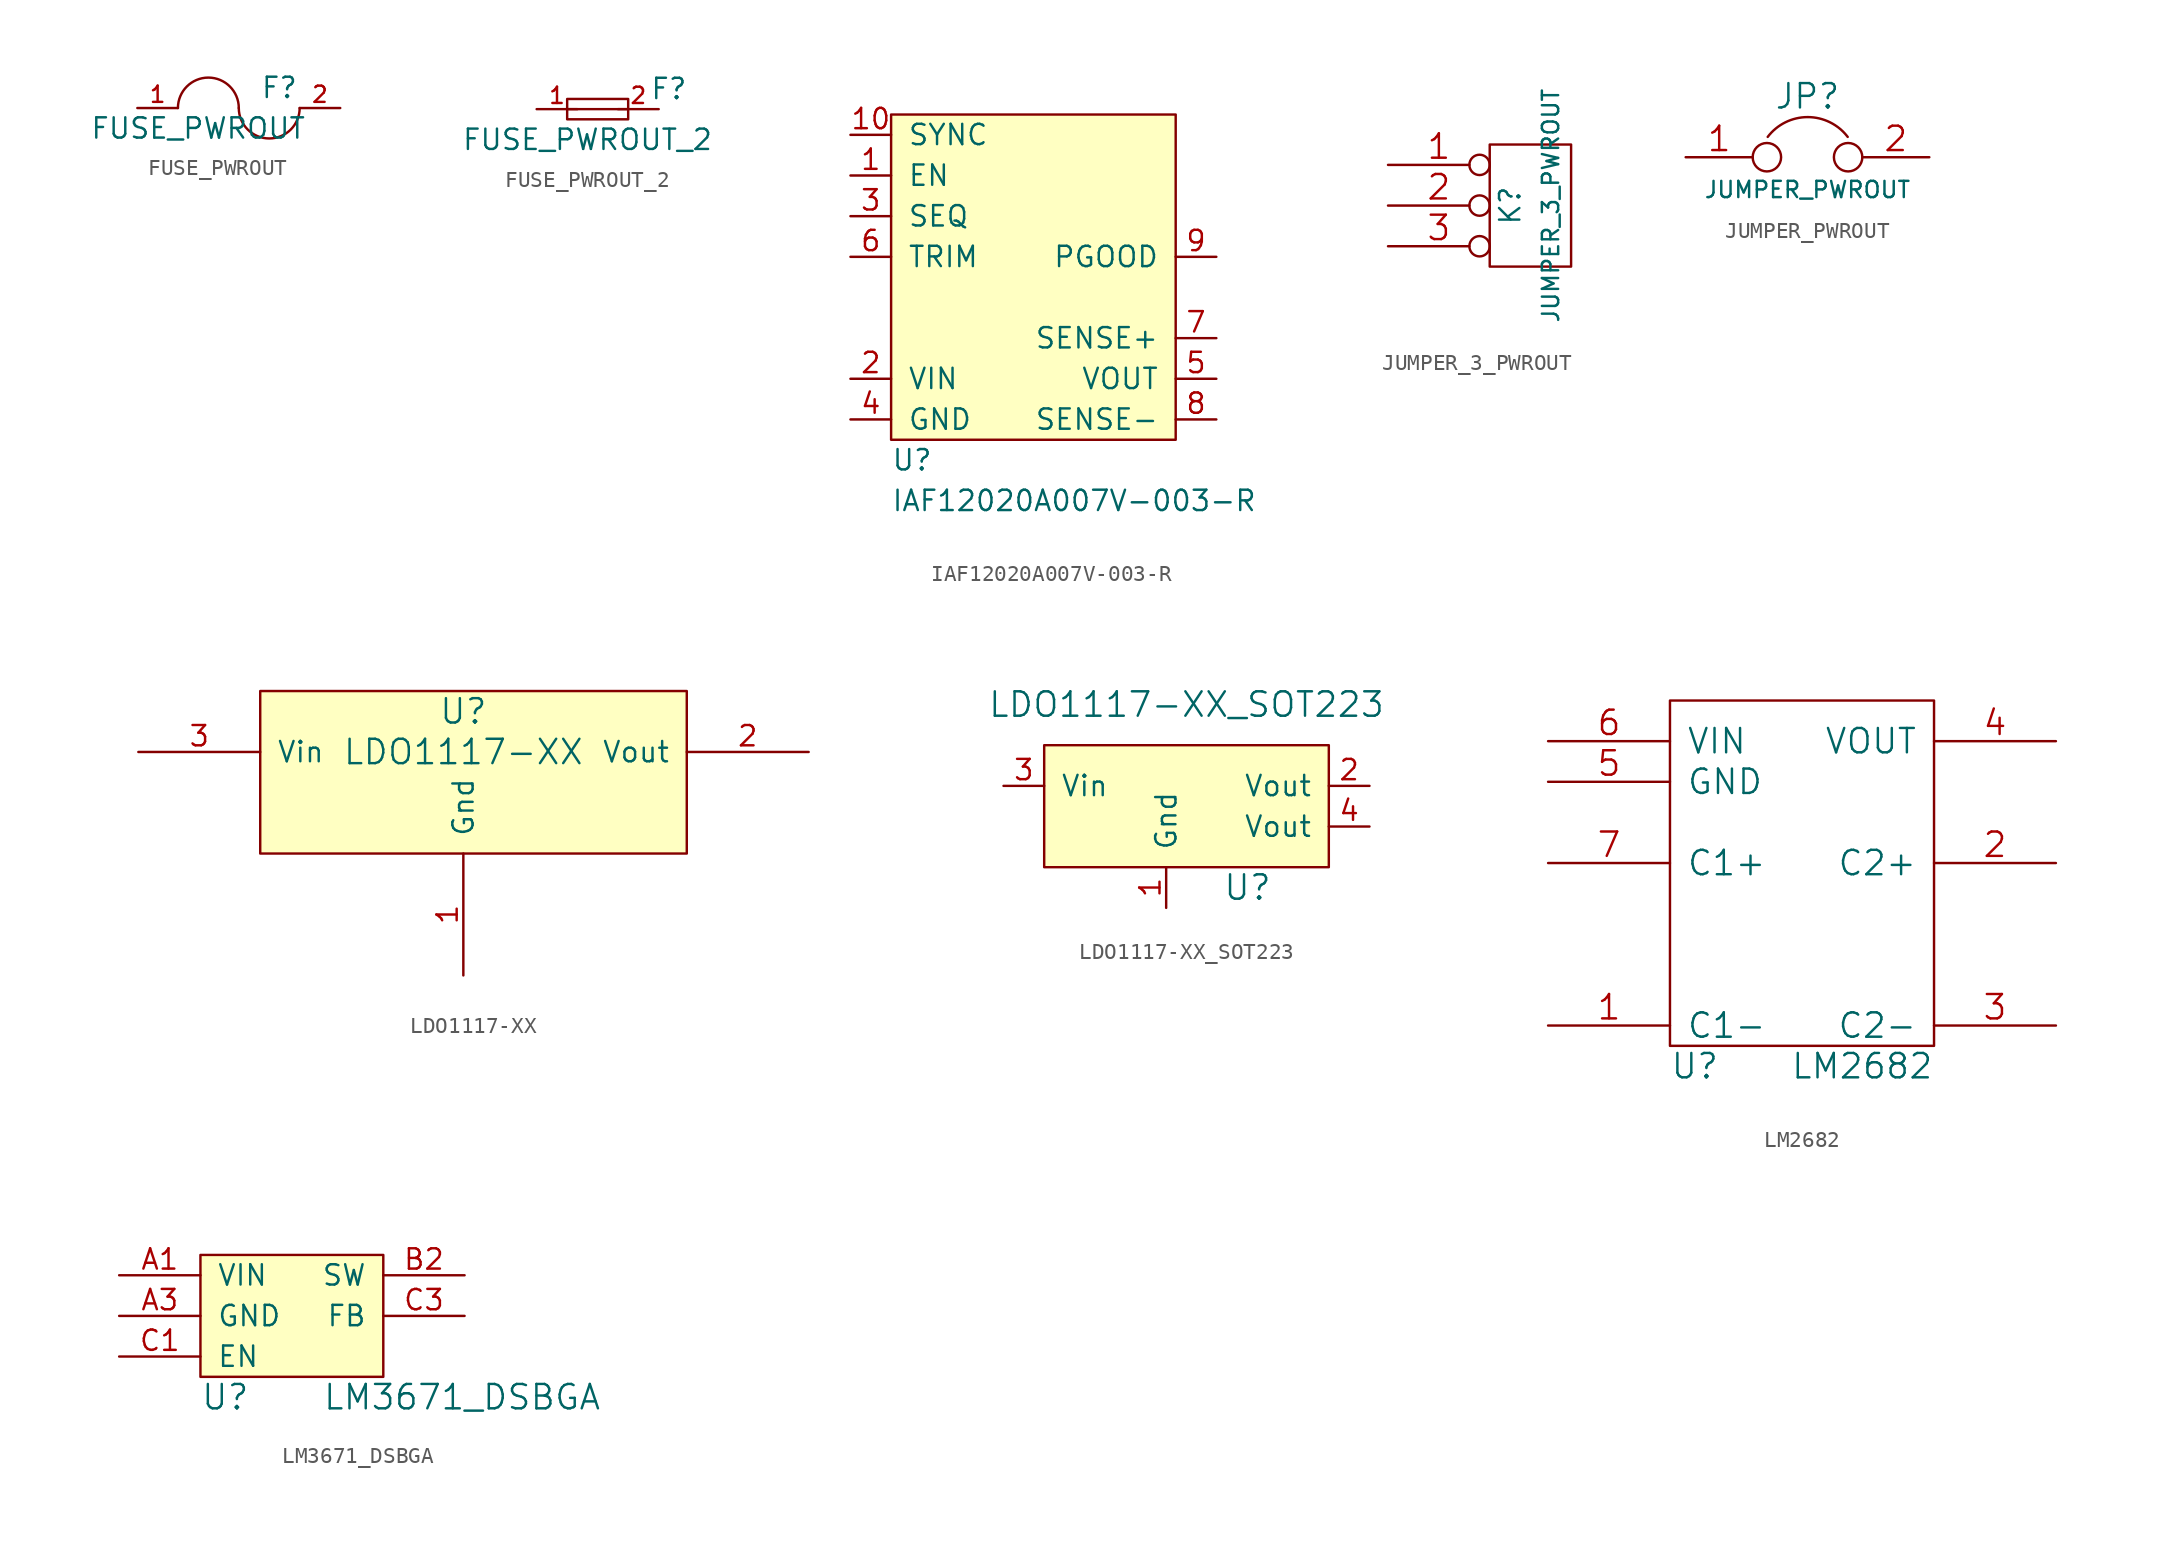
<source format=kicad_sym>
(kicad_symbol_lib
  (version 20231120)
  (generator "kicad_symbol_editor")
  (generator_version "8.0")
  (symbol "FUSE_PWROUT"
    (pin_names
      (offset 0.254))
    (property "Reference" "F"
      (at 2.54 1.27 0)
      (effects (font (size 1.27 1.27))))
    (property "Value" "FUSE_PWROUT"
      (at -2.54 -1.27 0)
      (effects (font (size 1.27 1.27))))
    (property "Footprint" ""
      (at 0 0 0)
      (effects (font (size 1.524 1.524))))
    (property "Datasheet" ""
      (at 0 0 0)
      (effects (font (size 1.524 1.524))))
    (symbol "FUSE_PWROUT_0_1"
      (arc (start 0 0) (mid -1.905 1.8967) (end -3.81 0) (stroke (width 0) (type default)) (fill (type none)))
      (arc (start 0 0) (mid 1.905 -1.8967) (end 3.81 0) (stroke (width 0) (type default)) (fill (type none))))
    (symbol "FUSE_PWROUT_1_1"
      (pin power_in line (at -6.35 0 0) (length 2.54) (name "~" (effects (font (size 1.016 1.016)))) (number "1" (effects (font (size 1.016 1.016)))))
      (pin power_out line (at 6.35 0 180) (length 2.54) (name "~" (effects (font (size 1.016 1.016)))) (number "2" (effects (font (size 1.016 1.016)))))))
  (symbol "FUSE_PWROUT_2"
    (pin_names
      (offset 0.254))
    (property "Reference" "F"
      (at 4.445 1.27 0)
      (effects (font (size 1.27 1.27))))
    (property "Value" "FUSE_PWROUT_2"
      (at -0.635 -1.905 0)
      (effects (font (size 1.27 1.27))))
    (property "Footprint" ""
      (at 1.905 0 0)
      (effects (font (size 1.524 1.524))))
    (property "Datasheet" ""
      (at 1.905 0 0)
      (effects (font (size 1.524 1.524))))
    (symbol "FUSE_PWROUT_2_0_1"
      (rectangle (start -1.905 0.635) (end 1.905 -0.635) (stroke (width 0) (type default)) (fill (type none)))
      (polyline (pts (xy 1.905 0) (xy -1.905 0)) (stroke (width 0) (type default)) (fill (type none))))
    (symbol "FUSE_PWROUT_2_1_1"
      (pin power_in line (at -3.81 0 0) (length 2.54) (name "~" (effects (font (size 1.016 1.016)))) (number "1" (effects (font (size 1.016 1.016)))))
      (pin power_out line (at 3.81 0 180) (length 2.54) (name "~" (effects (font (size 1.016 1.016)))) (number "2" (effects (font (size 1.016 1.016)))))))
  (symbol "IAF12020A007V-003-R"
    (pin_names
      (offset 1.016))
    (property "Reference" "U"
      (at 0 -1.27 0)
      (effects (font (size 1.27 1.27)) (justify left)))
    (property "Value" "IAF12020A007V-003-R"
      (at 0 -3.81 0)
      (effects (font (size 1.27 1.27)) (justify left)))
    (symbol "IAF12020A007V-003-R_0_1"
      (rectangle (start 0 20.32) (end 17.78 0) (stroke (width 0) (type default)) (fill (type background))))
    (symbol "IAF12020A007V-003-R_1_1"
      (pin input line (at -2.54 16.51 0) (length 2.54) (name "EN" (effects (font (size 1.27 1.27)))) (number "1" (effects (font (size 1.27 1.27)))))
      (pin input line (at -2.54 19.05 0) (length 2.54) (name "SYNC" (effects (font (size 1.27 1.27)))) (number "10" (effects (font (size 1.27 1.27)))))
      (pin power_in line (at -2.54 3.81 0) (length 2.54) (name "VIN" (effects (font (size 1.27 1.27)))) (number "2" (effects (font (size 1.27 1.27)))))
      (pin input line (at -2.54 13.97 0) (length 2.54) (name "SEQ" (effects (font (size 1.27 1.27)))) (number "3" (effects (font (size 1.27 1.27)))))
      (pin power_in line (at -2.54 1.27 0) (length 2.54) (name "GND" (effects (font (size 1.27 1.27)))) (number "4" (effects (font (size 1.27 1.27)))))
      (pin power_out line (at 20.32 3.81 180) (length 2.54) (name "VOUT" (effects (font (size 1.27 1.27)))) (number "5" (effects (font (size 1.27 1.27)))))
      (pin input line (at -2.54 11.43 0) (length 2.54) (name "TRIM" (effects (font (size 1.27 1.27)))) (number "6" (effects (font (size 1.27 1.27)))))
      (pin input line (at 20.32 6.35 180) (length 2.54) (name "SENSE+" (effects (font (size 1.27 1.27)))) (number "7" (effects (font (size 1.27 1.27)))))
      (pin input line (at 20.32 1.27 180) (length 2.54) (name "SENSE-" (effects (font (size 1.27 1.27)))) (number "8" (effects (font (size 1.27 1.27)))))
      (pin output line (at 20.32 11.43 180) (length 2.54) (name "PGOOD" (effects (font (size 1.27 1.27)))) (number "9" (effects (font (size 1.27 1.27)))))))
  (symbol "JUMPER_3_PWROUT"
    (pin_names
      (offset 1.016) hide)
    (property "Reference" "K"
      (at -1.27 0 90)
      (effects (font (size 1.27 1.27))))
    (property "Value" "JUMPER_3_PWROUT"
      (at 1.27 0 90)
      (effects (font (size 1.016 1.016))))
    (property "Footprint" ""
      (at 0 0 0)
      (effects (font (size 1.524 1.524))))
    (property "Datasheet" ""
      (at 0 0 0)
      (effects (font (size 1.524 1.524))))
    (symbol "JUMPER_3_PWROUT_0_1"
      (rectangle (start -2.54 3.81) (end 2.54 -3.81) (stroke (width 0) (type default)) (fill (type none))))
    (symbol "JUMPER_3_PWROUT_1_1"
      (pin passive inverted (at -8.89 2.54 0) (length 6.35) (name "P1" (effects (font (size 1.524 1.524)))) (number "1" (effects (font (size 1.524 1.524)))))
      (pin power_out inverted (at -8.89 0 0) (length 6.35) (name "PM" (effects (font (size 1.524 1.524)))) (number "2" (effects (font (size 1.524 1.524)))))
      (pin passive inverted (at -8.89 -2.54 0) (length 6.35) (name "P3" (effects (font (size 1.524 1.524)))) (number "3" (effects (font (size 1.524 1.524)))))))
  (symbol "JUMPER_PWROUT"
    (pin_names
      (offset 0.762) hide)
    (property "Reference" "JP"
      (at 0 3.81 0)
      (effects (font (size 1.524 1.524))))
    (property "Value" "JUMPER_PWROUT"
      (at 0 -2.032 0)
      (effects (font (size 1.016 1.016))))
    (property "Footprint" ""
      (at 0 0 0)
      (effects (font (size 1.524 1.524))))
    (property "Datasheet" ""
      (at 0 0 0)
      (effects (font (size 1.524 1.524))))
    (symbol "JUMPER_PWROUT_0_1"
      (circle (center -2.54 0) (radius 0.889) (stroke (width 0) (type default)) (fill (type none)))
      (arc (start 2.5146 1.27) (mid 0.0127 2.5097) (end -2.4892 1.27) (stroke (width 0) (type default)) (fill (type none)))
      (circle (center 2.54 0) (radius 0.889) (stroke (width 0) (type default)) (fill (type none)))
      (pin power_in line (at -7.62 0 0) (length 4.191) (name "1" (effects (font (size 1.524 1.524)))) (number "1" (effects (font (size 1.524 1.524)))))
      (pin power_out line (at 7.62 0 180) (length 4.191) (name "2" (effects (font (size 1.524 1.524)))) (number "2" (effects (font (size 1.524 1.524)))))))
  (symbol "LDO1117-XX"
    (pin_names
      (offset 1.016))
    (property "Reference" "U"
      (at 1.27 0 0)
      (effects (font (size 1.524 1.524))))
    (property "Value" "LDO1117-XX"
      (at 1.27 -2.54 0)
      (effects (font (size 1.524 1.524))))
    (property "Footprint" ""
      (at 0 0 0)
      (effects (font (size 1.524 1.524))))
    (property "Datasheet" ""
      (at 0 0 0)
      (effects (font (size 1.524 1.524))))
    (symbol "LDO1117-XX_0_1"
      (rectangle (start -11.43 1.27) (end 15.24 -8.89) (stroke (width 0) (type default)) (fill (type background))))
    (symbol "LDO1117-XX_1_1"
      (pin power_in line (at 1.27 -16.51 90) (length 7.62) (name "Gnd" (effects (font (size 1.27 1.27)))) (number "1" (effects (font (size 1.27 1.27)))))
      (pin power_out line (at 22.86 -2.54 180) (length 7.62) (name "Vout" (effects (font (size 1.27 1.27)))) (number "2" (effects (font (size 1.27 1.27)))))
      (pin power_in line (at -19.05 -2.54 0) (length 7.62) (name "Vin" (effects (font (size 1.27 1.27)))) (number "3" (effects (font (size 1.27 1.27)))))))
  (symbol "LDO1117-XX_SOT223"
    (pin_names
      (offset 1.016))
    (property "Reference" "U"
      (at 5.08 -8.89 0)
      (effects (font (size 1.524 1.524))))
    (property "Value" "LDO1117-XX_SOT223"
      (at 1.27 2.54 0)
      (effects (font (size 1.524 1.524))))
    (property "Footprint" ""
      (at 0 0 0)
      (effects (font (size 1.524 1.524))))
    (property "Datasheet" ""
      (at 0 0 0)
      (effects (font (size 1.524 1.524))))
    (symbol "LDO1117-XX_SOT223_0_1"
      (rectangle (start -7.62 0) (end 10.16 -7.62) (stroke (width 0) (type default)) (fill (type background))))
    (symbol "LDO1117-XX_SOT223_1_1"
      (pin power_in line (at 0 -10.16 90) (length 2.54) (name "Gnd" (effects (font (size 1.27 1.27)))) (number "1" (effects (font (size 1.27 1.27)))))
      (pin power_out line (at 12.7 -2.54 180) (length 2.54) (name "Vout" (effects (font (size 1.27 1.27)))) (number "2" (effects (font (size 1.27 1.27)))))
      (pin power_in line (at -10.16 -2.54 0) (length 2.54) (name "Vin" (effects (font (size 1.27 1.27)))) (number "3" (effects (font (size 1.27 1.27)))))
      (pin power_in line (at 12.7 -5.08 180) (length 2.54) (name "Vout" (effects (font (size 1.27 1.27)))) (number "4" (effects (font (size 1.27 1.27)))))))
  (symbol "LM2682"
    (pin_names
      (offset 1.016))
    (property "Reference" "U"
      (at -7.62 -1.27 0)
      (effects (font (size 1.524 1.524)) (justify left)))
    (property "Value" "LM2682"
      (at 8.89 -1.27 0)
      (effects (font (size 1.524 1.524)) (justify right)))
    (property "Footprint" ""
      (at 5.08 1.27 0)
      (effects (font (size 1.524 1.524))))
    (property "Datasheet" ""
      (at 5.08 1.27 0)
      (effects (font (size 1.524 1.524))))
    (symbol "LM2682_0_1"
      (rectangle (start -7.62 21.59) (end 8.89 0) (stroke (width 0) (type default)) (fill (type none))))
    (symbol "LM2682_1_1"
      (pin power_out line (at -15.24 1.27 0) (length 7.62) (name "C1-" (effects (font (size 1.524 1.524)))) (number "1" (effects (font (size 1.524 1.524)))))
      (pin power_out line (at 16.51 11.43 180) (length 7.62) (name "C2+" (effects (font (size 1.524 1.524)))) (number "2" (effects (font (size 1.524 1.524)))))
      (pin power_out line (at 16.51 1.27 180) (length 7.62) (name "C2-" (effects (font (size 1.524 1.524)))) (number "3" (effects (font (size 1.524 1.524)))))
      (pin power_out line (at 16.51 19.05 180) (length 7.62) (name "VOUT" (effects (font (size 1.524 1.524)))) (number "4" (effects (font (size 1.524 1.524)))))
      (pin power_in line (at -15.24 16.51 0) (length 7.62) (name "GND" (effects (font (size 1.524 1.524)))) (number "5" (effects (font (size 1.524 1.524)))))
      (pin power_in line (at -15.24 19.05 0) (length 7.62) (name "VIN" (effects (font (size 1.524 1.524)))) (number "6" (effects (font (size 1.524 1.524)))))
      (pin power_out line (at -15.24 11.43 0) (length 7.62) (name "C1+" (effects (font (size 1.524 1.524)))) (number "7" (effects (font (size 1.524 1.524)))))))
  (symbol "LM3671_DSBGA"
    (pin_names
      (offset 1.016))
    (property "Reference" "U"
      (at -5.08 -1.27 0)
      (effects (font (size 1.524 1.524)) (justify left)))
    (property "Value" "LM3671_DSBGA"
      (at 2.54 -1.27 0)
      (effects (font (size 1.524 1.524)) (justify left)))
    (property "Footprint" ""
      (at 0 -2.54 0)
      (effects (font (size 1.524 1.524))))
    (property "Datasheet" ""
      (at 0 -2.54 0)
      (effects (font (size 1.524 1.524))))
    (symbol "LM3671_DSBGA_0_1"
      (rectangle (start -5.08 7.62) (end 6.35 0) (stroke (width 0) (type default)) (fill (type background))))
    (symbol "LM3671_DSBGA_1_1"
      (pin power_in line (at -10.16 6.35 0) (length 5.08) (name "VIN" (effects (font (size 1.27 1.27)))) (number "A1" (effects (font (size 1.27 1.27)))))
      (pin power_in line (at -10.16 3.81 0) (length 5.08) (name "GND" (effects (font (size 1.27 1.27)))) (number "A3" (effects (font (size 1.27 1.27)))))
      (pin power_out line (at 11.43 6.35 180) (length 5.08) (name "SW" (effects (font (size 1.27 1.27)))) (number "B2" (effects (font (size 1.27 1.27)))))
      (pin input line (at -10.16 1.27 0) (length 5.08) (name "EN" (effects (font (size 1.27 1.27)))) (number "C1" (effects (font (size 1.27 1.27)))))
      (pin input line (at 11.43 3.81 180) (length 5.08) (name "FB" (effects (font (size 1.27 1.27)))) (number "C3" (effects (font (size 1.27 1.27))))))))
</source>
